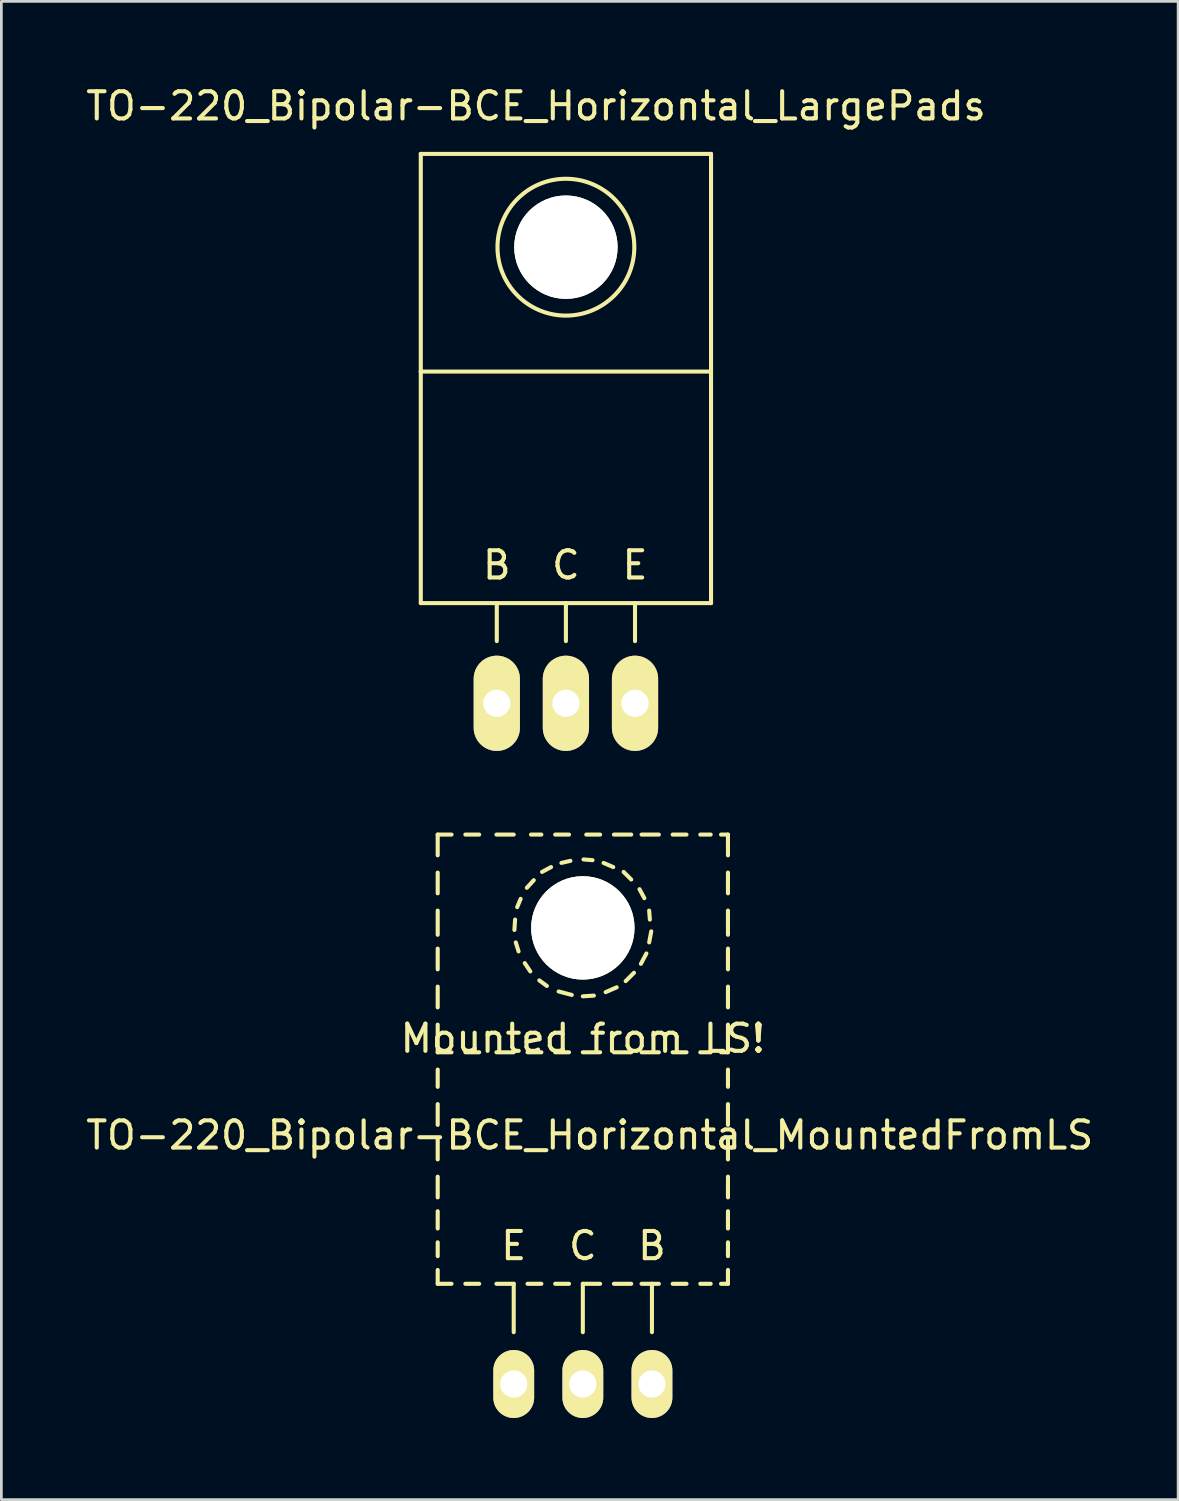
<source format=kicad_pcb>
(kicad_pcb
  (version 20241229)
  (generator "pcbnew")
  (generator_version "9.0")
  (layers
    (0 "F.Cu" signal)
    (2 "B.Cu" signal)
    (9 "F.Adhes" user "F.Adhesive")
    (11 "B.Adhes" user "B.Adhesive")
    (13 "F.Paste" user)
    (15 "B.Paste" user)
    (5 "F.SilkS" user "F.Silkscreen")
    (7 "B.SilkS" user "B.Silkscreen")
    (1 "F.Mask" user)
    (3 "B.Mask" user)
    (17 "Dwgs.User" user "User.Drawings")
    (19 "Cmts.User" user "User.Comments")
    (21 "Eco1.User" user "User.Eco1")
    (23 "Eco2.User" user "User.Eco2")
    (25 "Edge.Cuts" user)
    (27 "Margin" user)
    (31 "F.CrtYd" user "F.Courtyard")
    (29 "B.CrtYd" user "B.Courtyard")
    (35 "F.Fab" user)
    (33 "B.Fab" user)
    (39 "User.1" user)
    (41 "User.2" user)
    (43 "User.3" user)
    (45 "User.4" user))
  (footprint "TO-220_Bipolar-BCE_Horizontal_LargePads"
    (layer "F.Cu")
    (at 17.749 22.799)
    (property "Reference" "TO-220_Bipolar-BCE_Horizontal_LargePads" (at -1.1 -21.951 0) (layer "F.SilkS") (effects (font (size 1 1) (thickness 0.15))))
    (attr through_hole)
    (fp_line (start -5.334 -20.193) (end -5.334 -12.192) (stroke (width 0.15) (type solid)) (layer "F.SilkS"))
    (fp_line (start -5.334 -12.192) (end -5.334 -3.683) (stroke (width 0.15) (type solid)) (layer "F.SilkS"))
    (fp_line (start -2.54 -3.683) (end -2.54 -2.286) (stroke (width 0.15) (type solid)) (layer "F.SilkS"))
    (fp_line (start 0 -3.683) (end -5.334 -3.683) (stroke (width 0.15) (type solid)) (layer "F.SilkS"))
    (fp_line (start 0 -3.683) (end 0 -2.286) (stroke (width 0.15) (type solid)) (layer "F.SilkS"))
    (fp_line (start 0 -3.683) (end 5.334 -3.683) (stroke (width 0.15) (type solid)) (layer "F.SilkS"))
    (fp_line (start 2.54 -3.683) (end 2.54 -2.286) (stroke (width 0.15) (type solid)) (layer "F.SilkS"))
    (fp_line (start 5.334 -20.193) (end -5.334 -20.193) (stroke (width 0.15) (type solid)) (layer "F.SilkS"))
    (fp_line (start 5.334 -12.192) (end -5.334 -12.192) (stroke (width 0.15) (type solid)) (layer "F.SilkS"))
    (fp_line (start 5.334 -12.192) (end 5.334 -20.193) (stroke (width 0.15) (type solid)) (layer "F.SilkS"))
    (fp_line (start 5.334 -3.683) (end 5.334 -12.192) (stroke (width 0.15) (type solid)) (layer "F.SilkS"))
    (fp_circle (center 0 -16.764) (end 1.778 -14.986) (stroke (width 0.15) (type solid)) (fill no) (layer "F.SilkS"))
    (fp_text user "E" (at 2.54 -5.08 0) (layer "F.SilkS") (effects (font (size 1 1) (thickness 0.15))))
    (fp_text user "C" (at 0 -5.08 0) (layer "F.SilkS") (effects (font (size 1 1) (thickness 0.15))))
    (fp_text user "B" (at -2.54 -5.08 0) (layer "F.SilkS") (effects (font (size 1 1) (thickness 0.15))))
    (pad "" np_thru_hole circle (at 0 -16.764 90) (size 3.8 3.8) (drill 3.8) (layers "*.Cu" "*.Mask" "F.SilkS"))
    (pad "B" thru_hole oval (at -2.54 0 90) (size 3.5 1.699) (drill 1.001) (layers "*.Cu" "*.Mask" "F.SilkS"))
    (pad "C" thru_hole oval (at 0 0 90) (size 3.5 1.699) (drill 1.001) (layers "*.Cu" "*.Mask" "F.SilkS"))
    (pad "E" thru_hole oval (at 2.54 0 90) (size 3.5 1.699) (drill 1.001) (layers "*.Cu" "*.Mask" "F.SilkS")))
  (footprint "TO-220_Bipolar-BCE_Horizontal_MountedFromLS"
    (layer "F.Cu")
    (at 18.371 47.817)
    (property "Reference" "TO-220_Bipolar-BCE_Horizontal_MountedFromLS" (at 0.254 -9.144 0) (layer "F.SilkS") (effects (font (size 1 1) (thickness 0.15))))
    (attr through_hole)
    (fp_line (start -5.334 -20.193) (end -5.334 -19.431) (stroke (width 0.15) (type solid)) (layer "F.SilkS"))
    (fp_line (start -5.334 -20.193) (end -4.826 -20.193) (stroke (width 0.15) (type solid)) (layer "F.SilkS"))
    (fp_line (start -5.334 -18.796) (end -5.334 -18.034) (stroke (width 0.15) (type solid)) (layer "F.SilkS"))
    (fp_line (start -5.334 -17.399) (end -5.334 -16.51) (stroke (width 0.15) (type solid)) (layer "F.SilkS"))
    (fp_line (start -5.334 -16.002) (end -5.334 -15.24) (stroke (width 0.15) (type solid)) (layer "F.SilkS"))
    (fp_line (start -5.334 -14.605) (end -5.334 -13.843) (stroke (width 0.15) (type solid)) (layer "F.SilkS"))
    (fp_line (start -5.334 -13.208) (end -5.334 -12.192) (stroke (width 0.15) (type solid)) (layer "F.SilkS"))
    (fp_line (start -5.334 -12.192) (end -4.826 -12.192) (stroke (width 0.15) (type solid)) (layer "F.SilkS"))
    (fp_line (start -5.334 -11.557) (end -5.334 -10.922) (stroke (width 0.15) (type solid)) (layer "F.SilkS"))
    (fp_line (start -5.334 -10.287) (end -5.334 -9.525) (stroke (width 0.15) (type solid)) (layer "F.SilkS"))
    (fp_line (start -5.334 -9.017) (end -5.334 -8.255) (stroke (width 0.15) (type solid)) (layer "F.SilkS"))
    (fp_line (start -5.334 -7.62) (end -5.334 -6.858) (stroke (width 0.15) (type solid)) (layer "F.SilkS"))
    (fp_line (start -5.334 -6.35) (end -5.334 -5.715) (stroke (width 0.15) (type solid)) (layer "F.SilkS"))
    (fp_line (start -5.334 -5.207) (end -5.334 -4.699) (stroke (width 0.15) (type solid)) (layer "F.SilkS"))
    (fp_line (start -5.334 -4.191) (end -5.334 -3.683) (stroke (width 0.15) (type solid)) (layer "F.SilkS"))
    (fp_line (start -5.334 -3.683) (end -4.826 -3.683) (stroke (width 0.15) (type solid)) (layer "F.SilkS"))
    (fp_line (start -4.318 -20.193) (end -3.81 -20.193) (stroke (width 0.15) (type solid)) (layer "F.SilkS"))
    (fp_line (start -4.318 -12.192) (end -3.81 -12.192) (stroke (width 0.15) (type solid)) (layer "F.SilkS"))
    (fp_line (start -4.318 -3.683) (end -3.81 -3.683) (stroke (width 0.15) (type solid)) (layer "F.SilkS"))
    (fp_line (start -3.175 -20.193) (end -2.54 -20.193) (stroke (width 0.15) (type solid)) (layer "F.SilkS"))
    (fp_line (start -3.175 -12.192) (end -2.54 -12.192) (stroke (width 0.15) (type solid)) (layer "F.SilkS"))
    (fp_line (start -3.175 -3.683) (end -2.54 -3.683) (stroke (width 0.15) (type solid)) (layer "F.SilkS"))
    (fp_line (start -2.54 -3.683) (end -2.54 -1.905) (stroke (width 0.15) (type solid)) (layer "F.SilkS"))
    (fp_line (start -2.515 -16.688) (end -2.489 -17.069) (stroke (width 0.15) (type solid)) (layer "F.SilkS"))
    (fp_line (start -2.413 -17.526) (end -2.286 -17.831) (stroke (width 0.15) (type solid)) (layer "F.SilkS"))
    (fp_line (start -2.362 -15.9) (end -2.464 -16.231) (stroke (width 0.15) (type solid)) (layer "F.SilkS"))
    (fp_line (start -2.057 -18.237) (end -1.803 -18.517) (stroke (width 0.15) (type solid)) (layer "F.SilkS"))
    (fp_line (start -2.032 -12.192) (end -1.524 -12.192) (stroke (width 0.15) (type solid)) (layer "F.SilkS"))
    (fp_line (start -2.032 -3.683) (end -1.524 -3.683) (stroke (width 0.15) (type solid)) (layer "F.SilkS"))
    (fp_line (start -1.93 -15.164) (end -2.134 -15.469) (stroke (width 0.15) (type solid)) (layer "F.SilkS"))
    (fp_line (start -1.905 -20.193) (end -1.524 -20.193) (stroke (width 0.15) (type solid)) (layer "F.SilkS"))
    (fp_line (start -1.499 -18.821) (end -1.168 -18.999) (stroke (width 0.15) (type solid)) (layer "F.SilkS"))
    (fp_line (start -1.321 -14.63) (end -1.6 -14.834) (stroke (width 0.15) (type solid)) (layer "F.SilkS"))
    (fp_line (start -1.016 -20.193) (end -0.508 -20.193) (stroke (width 0.15) (type solid)) (layer "F.SilkS"))
    (fp_line (start -1.016 -12.192) (end -0.508 -12.192) (stroke (width 0.15) (type solid)) (layer "F.SilkS"))
    (fp_line (start -1.016 -3.683) (end -0.508 -3.683) (stroke (width 0.15) (type solid)) (layer "F.SilkS"))
    (fp_line (start -0.787 -19.152) (end -0.457 -19.228) (stroke (width 0.15) (type solid)) (layer "F.SilkS"))
    (fp_line (start -0.406 -14.3) (end -0.889 -14.427) (stroke (width 0.15) (type solid)) (layer "F.SilkS"))
    (fp_line (start 0 -12.192) (end 0.635 -12.192) (stroke (width 0.15) (type solid)) (layer "F.SilkS"))
    (fp_line (start 0 -3.683) (end 0 -1.905) (stroke (width 0.15) (type solid)) (layer "F.SilkS"))
    (fp_line (start 0 -3.683) (end 0.635 -3.683) (stroke (width 0.15) (type solid)) (layer "F.SilkS"))
    (fp_line (start 0.025 -19.279) (end 0.356 -19.253) (stroke (width 0.15) (type solid)) (layer "F.SilkS"))
    (fp_line (start 0.127 -20.193) (end 0.635 -20.193) (stroke (width 0.15) (type solid)) (layer "F.SilkS"))
    (fp_line (start 0.406 -14.275) (end 0 -14.249) (stroke (width 0.15) (type solid)) (layer "F.SilkS"))
    (fp_line (start 0.762 -19.152) (end 1.118 -18.999) (stroke (width 0.15) (type solid)) (layer "F.SilkS"))
    (fp_line (start 1.143 -20.193) (end 1.778 -20.193) (stroke (width 0.15) (type solid)) (layer "F.SilkS"))
    (fp_line (start 1.143 -12.192) (end 1.778 -12.192) (stroke (width 0.15) (type solid)) (layer "F.SilkS"))
    (fp_line (start 1.143 -3.683) (end 1.778 -3.683) (stroke (width 0.15) (type solid)) (layer "F.SilkS"))
    (fp_line (start 1.245 -14.58) (end 0.838 -14.402) (stroke (width 0.15) (type solid)) (layer "F.SilkS"))
    (fp_line (start 1.499 -18.821) (end 1.778 -18.542) (stroke (width 0.15) (type solid)) (layer "F.SilkS"))
    (fp_line (start 1.88 -15.113) (end 1.575 -14.808) (stroke (width 0.15) (type solid)) (layer "F.SilkS"))
    (fp_line (start 2.083 -18.186) (end 2.261 -17.856) (stroke (width 0.15) (type solid)) (layer "F.SilkS"))
    (fp_line (start 2.159 -20.193) (end 2.794 -20.193) (stroke (width 0.15) (type solid)) (layer "F.SilkS"))
    (fp_line (start 2.159 -12.192) (end 2.794 -12.192) (stroke (width 0.15) (type solid)) (layer "F.SilkS"))
    (fp_line (start 2.159 -3.683) (end 2.794 -3.683) (stroke (width 0.15) (type solid)) (layer "F.SilkS"))
    (fp_line (start 2.337 -15.824) (end 2.134 -15.443) (stroke (width 0.15) (type solid)) (layer "F.SilkS"))
    (fp_line (start 2.438 -17.399) (end 2.464 -17.069) (stroke (width 0.15) (type solid)) (layer "F.SilkS"))
    (fp_line (start 2.515 -16.637) (end 2.438 -16.231) (stroke (width 0.15) (type solid)) (layer "F.SilkS"))
    (fp_line (start 2.54 -3.683) (end 2.54 -1.905) (stroke (width 0.15) (type solid)) (layer "F.SilkS"))
    (fp_line (start 3.302 -20.193) (end 3.81 -20.193) (stroke (width 0.15) (type solid)) (layer "F.SilkS"))
    (fp_line (start 3.302 -12.192) (end 3.81 -12.192) (stroke (width 0.15) (type solid)) (layer "F.SilkS"))
    (fp_line (start 3.302 -3.683) (end 3.81 -3.683) (stroke (width 0.15) (type solid)) (layer "F.SilkS"))
    (fp_line (start 4.318 -20.193) (end 4.699 -20.193) (stroke (width 0.15) (type solid)) (layer "F.SilkS"))
    (fp_line (start 4.318 -12.192) (end 4.699 -12.192) (stroke (width 0.15) (type solid)) (layer "F.SilkS"))
    (fp_line (start 4.318 -3.683) (end 4.699 -3.683) (stroke (width 0.15) (type solid)) (layer "F.SilkS"))
    (fp_line (start 5.08 -20.193) (end 5.334 -20.193) (stroke (width 0.15) (type solid)) (layer "F.SilkS"))
    (fp_line (start 5.08 -12.192) (end 5.334 -12.192) (stroke (width 0.15) (type solid)) (layer "F.SilkS"))
    (fp_line (start 5.08 -3.683) (end 5.334 -3.683) (stroke (width 0.15) (type solid)) (layer "F.SilkS"))
    (fp_line (start 5.334 -20.193) (end 5.334 -19.431) (stroke (width 0.15) (type solid)) (layer "F.SilkS"))
    (fp_line (start 5.334 -18.796) (end 5.334 -18.034) (stroke (width 0.15) (type solid)) (layer "F.SilkS"))
    (fp_line (start 5.334 -17.399) (end 5.334 -16.51) (stroke (width 0.15) (type solid)) (layer "F.SilkS"))
    (fp_line (start 5.334 -16.002) (end 5.334 -15.24) (stroke (width 0.15) (type solid)) (layer "F.SilkS"))
    (fp_line (start 5.334 -14.605) (end 5.334 -13.843) (stroke (width 0.15) (type solid)) (layer "F.SilkS"))
    (fp_line (start 5.334 -13.208) (end 5.334 -12.192) (stroke (width 0.15) (type solid)) (layer "F.SilkS"))
    (fp_line (start 5.334 -11.557) (end 5.334 -10.922) (stroke (width 0.15) (type solid)) (layer "F.SilkS"))
    (fp_line (start 5.334 -10.287) (end 5.334 -9.525) (stroke (width 0.15) (type solid)) (layer "F.SilkS"))
    (fp_line (start 5.334 -9.017) (end 5.334 -8.255) (stroke (width 0.15) (type solid)) (layer "F.SilkS"))
    (fp_line (start 5.334 -7.62) (end 5.334 -6.858) (stroke (width 0.15) (type solid)) (layer "F.SilkS"))
    (fp_line (start 5.334 -6.35) (end 5.334 -5.715) (stroke (width 0.15) (type solid)) (layer "F.SilkS"))
    (fp_line (start 5.334 -5.207) (end 5.334 -4.699) (stroke (width 0.15) (type solid)) (layer "F.SilkS"))
    (fp_line (start 5.334 -4.191) (end 5.334 -3.683) (stroke (width 0.15) (type solid)) (layer "F.SilkS"))
    (fp_text user "C" (at 0 -5.08 0) (layer "F.SilkS") (effects (font (size 1 1) (thickness 0.15))))
    (fp_text user "E" (at -2.54 -5.08 0) (layer "F.SilkS") (effects (font (size 1 1) (thickness 0.15))))
    (fp_text user "Mounted from LS!" (at 0 -12.7 0) (layer "F.SilkS") (effects (font (size 1 1) (thickness 0.15))))
    (fp_text user "B" (at 2.54 -5.08 0) (layer "F.SilkS") (effects (font (size 1 1) (thickness 0.15))))
    (pad "" np_thru_hole circle (at 0 -16.764 90) (size 3.8 3.8) (drill 3.8) (layers "*.Cu" "*.Mask" "F.SilkS"))
    (pad "B" thru_hole oval (at 2.54 0 90) (size 2.499 1.501) (drill 1.001) (layers "*.Cu" "*.Mask" "F.SilkS"))
    (pad "C" thru_hole oval (at 0 0 90) (size 2.499 1.501) (drill 1.001) (layers "*.Cu" "*.Mask" "F.SilkS"))
    (pad "E" thru_hole oval (at -2.54 0 90) (size 2.499 1.501) (drill 1.001) (layers "*.Cu" "*.Mask" "F.SilkS")))
  (gr_rect
    (start -3 -3)
    (end 40.25 52.067)
    (stroke (width 0.1) (type default))
    (fill no)
    (layer "Edge.Cuts")))
</source>
